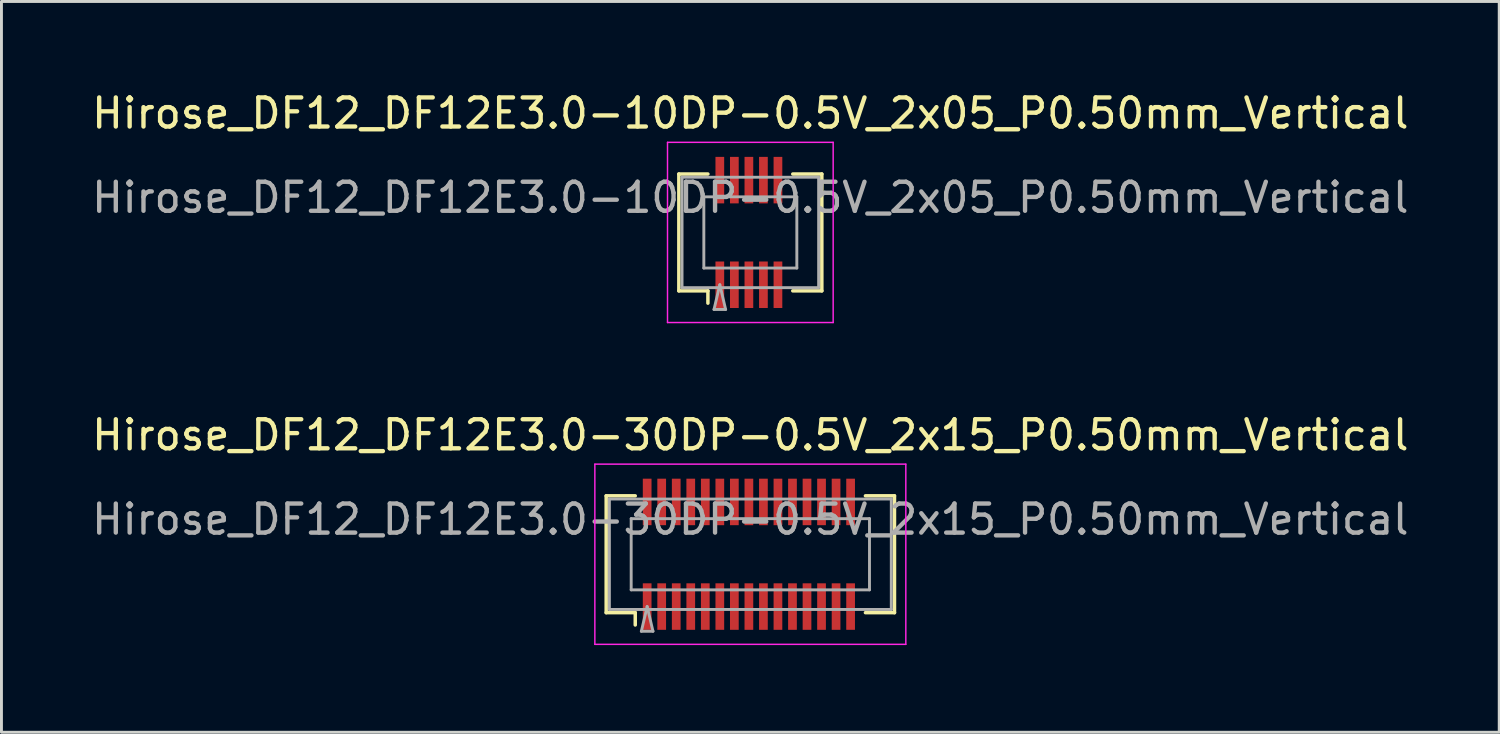
<source format=kicad_pcb>
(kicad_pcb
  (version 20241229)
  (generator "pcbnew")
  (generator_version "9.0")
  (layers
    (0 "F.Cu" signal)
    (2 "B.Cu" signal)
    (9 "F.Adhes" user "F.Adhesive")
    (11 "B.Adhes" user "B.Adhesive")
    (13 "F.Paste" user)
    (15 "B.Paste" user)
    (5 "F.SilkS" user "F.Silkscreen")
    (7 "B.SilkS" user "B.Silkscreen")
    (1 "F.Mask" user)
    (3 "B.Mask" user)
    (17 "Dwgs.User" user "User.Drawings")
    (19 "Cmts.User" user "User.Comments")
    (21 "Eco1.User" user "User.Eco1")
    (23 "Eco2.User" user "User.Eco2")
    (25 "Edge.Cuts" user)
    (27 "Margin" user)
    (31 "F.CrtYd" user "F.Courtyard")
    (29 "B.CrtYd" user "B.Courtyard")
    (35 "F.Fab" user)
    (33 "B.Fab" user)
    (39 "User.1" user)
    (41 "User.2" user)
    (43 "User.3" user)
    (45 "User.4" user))
  (footprint "Hirose_DF12_DF12E3.0-30DP-0.5V_2x15_P0.50mm_Vertical"
    (layer "F.Cu")
    (at 22.768 16.021)
    (property "Reference" "Hirose_DF12_DF12E3.0-30DP-0.5V_2x15_P0.50mm_Vertical" (at 0 -4.1 0) (layer "F.SilkS") (effects (font (size 1 1) (thickness 0.15))))
    (attr smd)
    (fp_line (start -4.96 -2.01) (end -3.96 -2.01) (stroke (width 0.12) (type solid)) (layer "F.SilkS"))
    (fp_line (start -4.96 2.01) (end -4.96 -2.01) (stroke (width 0.12) (type solid)) (layer "F.SilkS"))
    (fp_line (start -3.96 2.01) (end -4.96 2.01) (stroke (width 0.12) (type solid)) (layer "F.SilkS"))
    (fp_line (start -3.96 2.433) (end -3.96 2.01) (stroke (width 0.12) (type solid)) (layer "F.SilkS"))
    (fp_line (start 3.96 2.01) (end 4.96 2.01) (stroke (width 0.12) (type solid)) (layer "F.SilkS"))
    (fp_line (start 4.96 -2.01) (end 3.96 -2.01) (stroke (width 0.12) (type solid)) (layer "F.SilkS"))
    (fp_line (start 4.96 2.01) (end 4.96 -2.01) (stroke (width 0.12) (type solid)) (layer "F.SilkS"))
    (fp_line (start -5.35 -3.1) (end -5.35 3.1) (stroke (width 0.05) (type solid)) (layer "F.CrtYd"))
    (fp_line (start -5.35 3.1) (end 5.35 3.1) (stroke (width 0.05) (type solid)) (layer "F.CrtYd"))
    (fp_line (start 5.35 -3.1) (end -5.35 -3.1) (stroke (width 0.05) (type solid)) (layer "F.CrtYd"))
    (fp_line (start 5.35 3.1) (end 5.35 -3.1) (stroke (width 0.05) (type solid)) (layer "F.CrtYd"))
    (fp_line (start -4.85 -1.9) (end 4.85 -1.9) (stroke (width 0.1) (type solid)) (layer "F.Fab"))
    (fp_line (start -4.85 1.9) (end -4.85 -1.9) (stroke (width 0.1) (type solid)) (layer "F.Fab"))
    (fp_line (start -4.1 -1.225) (end 4.1 -1.225) (stroke (width 0.1) (type solid)) (layer "F.Fab"))
    (fp_line (start -4.1 1.225) (end -4.1 -1.225) (stroke (width 0.1) (type solid)) (layer "F.Fab"))
    (fp_line (start -3.75 2.65) (end -3.55 1.8) (stroke (width 0.1) (type solid)) (layer "F.Fab"))
    (fp_line (start -3.55 1.8) (end -3.35 2.65) (stroke (width 0.1) (type solid)) (layer "F.Fab"))
    (fp_line (start -3.35 2.65) (end -3.75 2.65) (stroke (width 0.1) (type solid)) (layer "F.Fab"))
    (fp_line (start 4.1 -1.225) (end 4.1 1.225) (stroke (width 0.1) (type solid)) (layer "F.Fab"))
    (fp_line (start 4.1 1.225) (end -4.1 1.225) (stroke (width 0.1) (type solid)) (layer "F.Fab"))
    (fp_line (start 4.85 -1.9) (end 4.85 1.9) (stroke (width 0.1) (type solid)) (layer "F.Fab"))
    (fp_line (start 4.85 1.9) (end -4.85 1.9) (stroke (width 0.1) (type solid)) (layer "F.Fab"))
    (fp_text user "${REFERENCE}" (at 0 -1.2 0) (layer "F.Fab") (effects (font (size 1 1) (thickness 0.15))))
    (pad "" smd rect (at -3.55 -2) (size 0.28 1.2) (layers "F.Paste"))
    (pad "" smd rect (at -3.55 2) (size 0.28 1.2) (layers "F.Paste"))
    (pad "" smd rect (at -3.05 -2) (size 0.28 1.2) (layers "F.Paste"))
    (pad "" smd rect (at -3.05 2) (size 0.28 1.2) (layers "F.Paste"))
    (pad "" smd rect (at -2.55 -2) (size 0.28 1.2) (layers "F.Paste"))
    (pad "" smd rect (at -2.55 2) (size 0.28 1.2) (layers "F.Paste"))
    (pad "" smd rect (at -2.05 -2) (size 0.28 1.2) (layers "F.Paste"))
    (pad "" smd rect (at -2.05 2) (size 0.28 1.2) (layers "F.Paste"))
    (pad "" smd rect (at -1.55 -2) (size 0.28 1.2) (layers "F.Paste"))
    (pad "" smd rect (at -1.55 2) (size 0.28 1.2) (layers "F.Paste"))
    (pad "" smd rect (at -1.05 -2) (size 0.28 1.2) (layers "F.Paste"))
    (pad "" smd rect (at -1.05 2) (size 0.28 1.2) (layers "F.Paste"))
    (pad "" smd rect (at -0.55 -2) (size 0.28 1.2) (layers "F.Paste"))
    (pad "" smd rect (at -0.55 2) (size 0.28 1.2) (layers "F.Paste"))
    (pad "" smd rect (at -0.05 -2) (size 0.28 1.2) (layers "F.Paste"))
    (pad "" smd rect (at -0.05 2) (size 0.28 1.2) (layers "F.Paste"))
    (pad "" smd rect (at 0.45 -2) (size 0.28 1.2) (layers "F.Paste"))
    (pad "" smd rect (at 0.45 2) (size 0.28 1.2) (layers "F.Paste"))
    (pad "" smd rect (at 0.95 -2) (size 0.28 1.2) (layers "F.Paste"))
    (pad "" smd rect (at 0.95 2) (size 0.28 1.2) (layers "F.Paste"))
    (pad "" smd rect (at 1.45 -2) (size 0.28 1.2) (layers "F.Paste"))
    (pad "" smd rect (at 1.45 2) (size 0.28 1.2) (layers "F.Paste"))
    (pad "" smd rect (at 1.95 -2) (size 0.28 1.2) (layers "F.Paste"))
    (pad "" smd rect (at 1.95 2) (size 0.28 1.2) (layers "F.Paste"))
    (pad "" smd rect (at 2.45 -2) (size 0.28 1.2) (layers "F.Paste"))
    (pad "" smd rect (at 2.45 2) (size 0.28 1.2) (layers "F.Paste"))
    (pad "" smd rect (at 2.95 -2) (size 0.28 1.2) (layers "F.Paste"))
    (pad "" smd rect (at 2.95 2) (size 0.28 1.2) (layers "F.Paste"))
    (pad "" smd rect (at 3.45 -2) (size 0.28 1.2) (layers "F.Paste"))
    (pad "" smd rect (at 3.45 2) (size 0.28 1.2) (layers "F.Paste"))
    (pad "1" smd rect (at -3.55 1.8) (size 0.3 1.6) (layers "F.Cu" "F.Mask"))
    (pad "2" smd rect (at -3.05 1.8) (size 0.3 1.6) (layers "F.Cu" "F.Mask"))
    (pad "3" smd rect (at -2.55 1.8) (size 0.3 1.6) (layers "F.Cu" "F.Mask"))
    (pad "4" smd rect (at -2.05 1.8) (size 0.3 1.6) (layers "F.Cu" "F.Mask"))
    (pad "5" smd rect (at -1.55 1.8) (size 0.3 1.6) (layers "F.Cu" "F.Mask"))
    (pad "6" smd rect (at -1.05 1.8) (size 0.3 1.6) (layers "F.Cu" "F.Mask"))
    (pad "7" smd rect (at -0.55 1.8) (size 0.3 1.6) (layers "F.Cu" "F.Mask"))
    (pad "8" smd rect (at -0.05 1.8) (size 0.3 1.6) (layers "F.Cu" "F.Mask"))
    (pad "9" smd rect (at 0.45 1.8) (size 0.3 1.6) (layers "F.Cu" "F.Mask"))
    (pad "10" smd rect (at 0.95 1.8) (size 0.3 1.6) (layers "F.Cu" "F.Mask"))
    (pad "11" smd rect (at 1.45 1.8) (size 0.3 1.6) (layers "F.Cu" "F.Mask"))
    (pad "12" smd rect (at 1.95 1.8) (size 0.3 1.6) (layers "F.Cu" "F.Mask"))
    (pad "13" smd rect (at 2.45 1.8) (size 0.3 1.6) (layers "F.Cu" "F.Mask"))
    (pad "14" smd rect (at 2.95 1.8) (size 0.3 1.6) (layers "F.Cu" "F.Mask"))
    (pad "15" smd rect (at 3.45 1.8) (size 0.3 1.6) (layers "F.Cu" "F.Mask"))
    (pad "16" smd rect (at -3.55 -1.8) (size 0.3 1.6) (layers "F.Cu" "F.Mask"))
    (pad "17" smd rect (at -3.05 -1.8) (size 0.3 1.6) (layers "F.Cu" "F.Mask"))
    (pad "18" smd rect (at -2.55 -1.8) (size 0.3 1.6) (layers "F.Cu" "F.Mask"))
    (pad "19" smd rect (at -2.05 -1.8) (size 0.3 1.6) (layers "F.Cu" "F.Mask"))
    (pad "20" smd rect (at -1.55 -1.8) (size 0.3 1.6) (layers "F.Cu" "F.Mask"))
    (pad "21" smd rect (at -1.05 -1.8) (size 0.3 1.6) (layers "F.Cu" "F.Mask"))
    (pad "22" smd rect (at -0.55 -1.8) (size 0.3 1.6) (layers "F.Cu" "F.Mask"))
    (pad "23" smd rect (at -0.05 -1.8) (size 0.3 1.6) (layers "F.Cu" "F.Mask"))
    (pad "24" smd rect (at 0.45 -1.8) (size 0.3 1.6) (layers "F.Cu" "F.Mask"))
    (pad "25" smd rect (at 0.95 -1.8) (size 0.3 1.6) (layers "F.Cu" "F.Mask"))
    (pad "26" smd rect (at 1.45 -1.8) (size 0.3 1.6) (layers "F.Cu" "F.Mask"))
    (pad "27" smd rect (at 1.95 -1.8) (size 0.3 1.6) (layers "F.Cu" "F.Mask"))
    (pad "28" smd rect (at 2.45 -1.8) (size 0.3 1.6) (layers "F.Cu" "F.Mask"))
    (pad "29" smd rect (at 2.95 -1.8) (size 0.3 1.6) (layers "F.Cu" "F.Mask"))
    (pad "30" smd rect (at 3.45 -1.8) (size 0.3 1.6) (layers "F.Cu" "F.Mask")))
  (footprint "Hirose_DF12_DF12E3.0-10DP-0.5V_2x05_P0.50mm_Vertical"
    (layer "F.Cu")
    (at 22.768 4.948)
    (property "Reference" "Hirose_DF12_DF12E3.0-10DP-0.5V_2x05_P0.50mm_Vertical" (at 0 -4.1 0) (layer "F.SilkS") (effects (font (size 1 1) (thickness 0.15))))
    (attr smd)
    (fp_line (start -2.46 -2.01) (end -1.46 -2.01) (stroke (width 0.12) (type solid)) (layer "F.SilkS"))
    (fp_line (start -2.46 2.01) (end -2.46 -2.01) (stroke (width 0.12) (type solid)) (layer "F.SilkS"))
    (fp_line (start -1.46 2.01) (end -2.46 2.01) (stroke (width 0.12) (type solid)) (layer "F.SilkS"))
    (fp_line (start -1.46 2.433) (end -1.46 2.01) (stroke (width 0.12) (type solid)) (layer "F.SilkS"))
    (fp_line (start 1.46 2.01) (end 2.46 2.01) (stroke (width 0.12) (type solid)) (layer "F.SilkS"))
    (fp_line (start 2.46 -2.01) (end 1.46 -2.01) (stroke (width 0.12) (type solid)) (layer "F.SilkS"))
    (fp_line (start 2.46 2.01) (end 2.46 -2.01) (stroke (width 0.12) (type solid)) (layer "F.SilkS"))
    (fp_line (start -2.85 -3.1) (end -2.85 3.1) (stroke (width 0.05) (type solid)) (layer "F.CrtYd"))
    (fp_line (start -2.85 3.1) (end 2.85 3.1) (stroke (width 0.05) (type solid)) (layer "F.CrtYd"))
    (fp_line (start 2.85 -3.1) (end -2.85 -3.1) (stroke (width 0.05) (type solid)) (layer "F.CrtYd"))
    (fp_line (start 2.85 3.1) (end 2.85 -3.1) (stroke (width 0.05) (type solid)) (layer "F.CrtYd"))
    (fp_line (start -2.35 -1.9) (end 2.35 -1.9) (stroke (width 0.1) (type solid)) (layer "F.Fab"))
    (fp_line (start -2.35 1.9) (end -2.35 -1.9) (stroke (width 0.1) (type solid)) (layer "F.Fab"))
    (fp_line (start -1.6 -1.225) (end 1.6 -1.225) (stroke (width 0.1) (type solid)) (layer "F.Fab"))
    (fp_line (start -1.6 1.225) (end -1.6 -1.225) (stroke (width 0.1) (type solid)) (layer "F.Fab"))
    (fp_line (start -1.25 2.65) (end -1.05 1.8) (stroke (width 0.1) (type solid)) (layer "F.Fab"))
    (fp_line (start -1.05 1.8) (end -0.85 2.65) (stroke (width 0.1) (type solid)) (layer "F.Fab"))
    (fp_line (start -0.85 2.65) (end -1.25 2.65) (stroke (width 0.1) (type solid)) (layer "F.Fab"))
    (fp_line (start 1.6 -1.225) (end 1.6 1.225) (stroke (width 0.1) (type solid)) (layer "F.Fab"))
    (fp_line (start 1.6 1.225) (end -1.6 1.225) (stroke (width 0.1) (type solid)) (layer "F.Fab"))
    (fp_line (start 2.35 -1.9) (end 2.35 1.9) (stroke (width 0.1) (type solid)) (layer "F.Fab"))
    (fp_line (start 2.35 1.9) (end -2.35 1.9) (stroke (width 0.1) (type solid)) (layer "F.Fab"))
    (fp_text user "${REFERENCE}" (at 0 -1.2 0) (layer "F.Fab") (effects (font (size 1 1) (thickness 0.15))))
    (pad "" smd rect (at -1.05 -2) (size 0.28 1.2) (layers "F.Paste"))
    (pad "" smd rect (at -1.05 2) (size 0.28 1.2) (layers "F.Paste"))
    (pad "" smd rect (at -0.55 -2) (size 0.28 1.2) (layers "F.Paste"))
    (pad "" smd rect (at -0.55 2) (size 0.28 1.2) (layers "F.Paste"))
    (pad "" smd rect (at -0.05 -2) (size 0.28 1.2) (layers "F.Paste"))
    (pad "" smd rect (at -0.05 2) (size 0.28 1.2) (layers "F.Paste"))
    (pad "" smd rect (at 0.45 -2) (size 0.28 1.2) (layers "F.Paste"))
    (pad "" smd rect (at 0.45 2) (size 0.28 1.2) (layers "F.Paste"))
    (pad "" smd rect (at 0.95 -2) (size 0.28 1.2) (layers "F.Paste"))
    (pad "" smd rect (at 0.95 2) (size 0.28 1.2) (layers "F.Paste"))
    (pad "1" smd rect (at -1.05 1.8) (size 0.3 1.6) (layers "F.Cu" "F.Mask"))
    (pad "2" smd rect (at -0.55 1.8) (size 0.3 1.6) (layers "F.Cu" "F.Mask"))
    (pad "3" smd rect (at -0.05 1.8) (size 0.3 1.6) (layers "F.Cu" "F.Mask"))
    (pad "4" smd rect (at 0.45 1.8) (size 0.3 1.6) (layers "F.Cu" "F.Mask"))
    (pad "5" smd rect (at 0.95 1.8) (size 0.3 1.6) (layers "F.Cu" "F.Mask"))
    (pad "6" smd rect (at -1.05 -1.8) (size 0.3 1.6) (layers "F.Cu" "F.Mask"))
    (pad "7" smd rect (at -0.55 -1.8) (size 0.3 1.6) (layers "F.Cu" "F.Mask"))
    (pad "8" smd rect (at -0.05 -1.8) (size 0.3 1.6) (layers "F.Cu" "F.Mask"))
    (pad "9" smd rect (at 0.45 -1.8) (size 0.3 1.6) (layers "F.Cu" "F.Mask"))
    (pad "10" smd rect (at 0.95 -1.8) (size 0.3 1.6) (layers "F.Cu" "F.Mask")))
  (gr_rect
    (start -3 -3)
    (end 48.536 22.146)
    (stroke (width 0.1) (type default))
    (fill no)
    (layer "Edge.Cuts")))
</source>
